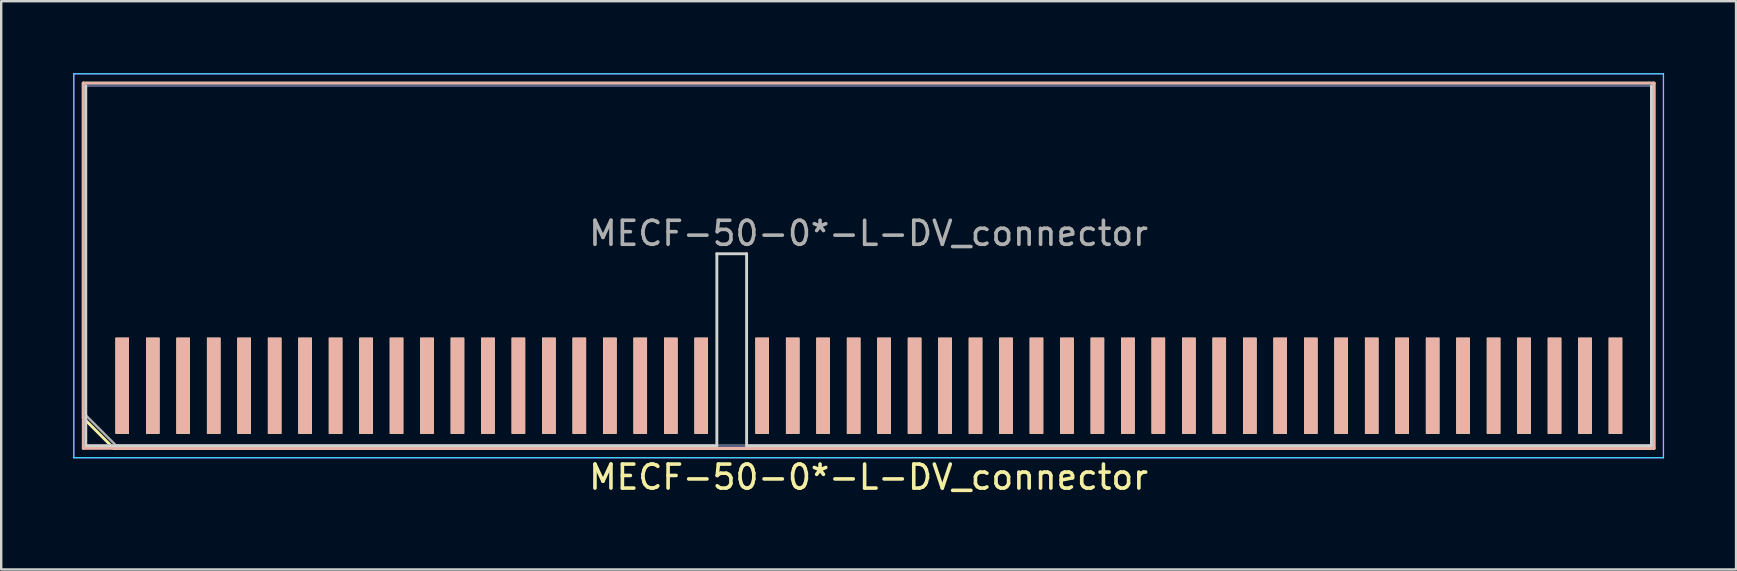
<source format=kicad_pcb>
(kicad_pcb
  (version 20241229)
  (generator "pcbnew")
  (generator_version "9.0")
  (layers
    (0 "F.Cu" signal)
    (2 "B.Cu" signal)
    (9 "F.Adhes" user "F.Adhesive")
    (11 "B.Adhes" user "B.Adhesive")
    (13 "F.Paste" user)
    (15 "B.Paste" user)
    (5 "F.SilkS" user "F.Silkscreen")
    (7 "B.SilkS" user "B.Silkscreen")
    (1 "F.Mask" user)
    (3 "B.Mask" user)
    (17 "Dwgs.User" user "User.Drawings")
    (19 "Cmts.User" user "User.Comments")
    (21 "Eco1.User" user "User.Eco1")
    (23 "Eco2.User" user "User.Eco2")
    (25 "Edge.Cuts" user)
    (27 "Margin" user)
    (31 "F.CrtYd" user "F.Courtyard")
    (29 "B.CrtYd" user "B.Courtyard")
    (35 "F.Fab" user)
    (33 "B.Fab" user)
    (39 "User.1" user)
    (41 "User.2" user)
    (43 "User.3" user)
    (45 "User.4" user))
  (footprint "MECF-50-0*-L-DV_connector"
    (layer "F.Cu")
    (at 33.15 13.025)
    (property "Reference" "MECF-50-0*-L-DV_connector" (at 0 3.81 0) (layer "F.SilkS") (effects (font (size 1 1) (thickness 0.15))))
    (attr smd)
    (fp_line (start -32.73 -12.61) (end 32.73 -12.61) (stroke (width 0.12) (type solid)) (layer "F.SilkS"))
    (fp_line (start -32.73 1.34) (end -32.73 -12.61) (stroke (width 0.12) (type solid)) (layer "F.SilkS"))
    (fp_line (start -31.46 2.61) (end -32.73 1.34) (stroke (width 0.12) (type solid)) (layer "F.SilkS"))
    (fp_line (start -31.46 2.61) (end 32.73 2.61) (stroke (width 0.12) (type solid)) (layer "F.SilkS"))
    (fp_line (start 32.73 2.61) (end 32.73 -12.61) (stroke (width 0.12) (type solid)) (layer "F.SilkS"))
    (fp_line (start -32.73 -12.61) (end 32.73 -12.61) (stroke (width 0.12) (type solid)) (layer "B.SilkS"))
    (fp_line (start -32.73 2.61) (end -32.73 -12.61) (stroke (width 0.12) (type solid)) (layer "B.SilkS"))
    (fp_line (start -32.73 2.61) (end 32.73 2.61) (stroke (width 0.12) (type solid)) (layer "B.SilkS"))
    (fp_line (start 32.73 2.61) (end 32.73 -12.61) (stroke (width 0.12) (type solid)) (layer "B.SilkS"))
    (fp_line (start -32.625 2.5) (end -32.625 -12.5) (stroke (width 0.12) (type solid)) (layer "Edge.Cuts"))
    (fp_line (start -32.625 2.5) (end -6.325 2.5) (stroke (width 0.12) (type solid)) (layer "Edge.Cuts"))
    (fp_line (start -6.325 -5.5) (end -5.085 -5.5) (stroke (width 0.12) (type solid)) (layer "Edge.Cuts"))
    (fp_line (start -6.325 2.5) (end -6.325 -5.5) (stroke (width 0.12) (type solid)) (layer "Edge.Cuts"))
    (fp_line (start -5.085 2.5) (end -5.085 -5.5) (stroke (width 0.12) (type solid)) (layer "Edge.Cuts"))
    (fp_line (start -5.085 2.5) (end 32.625 2.5) (stroke (width 0.12) (type solid)) (layer "Edge.Cuts"))
    (fp_line (start 32.625 2.5) (end 32.625 -12.5) (stroke (width 0.12) (type solid)) (layer "Edge.Cuts"))
    (fp_line (start -33.125 -13) (end -33.125 3) (stroke (width 0.05) (type solid)) (layer "B.CrtYd"))
    (fp_line (start -33.125 3) (end 33.125 3) (stroke (width 0.05) (type solid)) (layer "B.CrtYd"))
    (fp_line (start 33.125 -13) (end -33.125 -13) (stroke (width 0.05) (type solid)) (layer "B.CrtYd"))
    (fp_line (start 33.125 3) (end 33.125 -13) (stroke (width 0.05) (type solid)) (layer "B.CrtYd"))
    (fp_line (start -33.125 -13) (end -33.125 3) (stroke (width 0.05) (type solid)) (layer "F.CrtYd"))
    (fp_line (start -33.125 3) (end 33.125 3) (stroke (width 0.05) (type solid)) (layer "F.CrtYd"))
    (fp_line (start 33.125 -13) (end -33.125 -13) (stroke (width 0.05) (type solid)) (layer "F.CrtYd"))
    (fp_line (start 33.125 3) (end 33.125 -13) (stroke (width 0.05) (type solid)) (layer "F.CrtYd"))
    (fp_line (start -32.625 -12.5) (end 32.625 -12.5) (stroke (width 0.1) (type solid)) (layer "B.Fab"))
    (fp_line (start -32.625 2.5) (end -32.625 -12.5) (stroke (width 0.1) (type solid)) (layer "B.Fab"))
    (fp_line (start -32.625 2.5) (end 32.625 2.5) (stroke (width 0.1) (type solid)) (layer "B.Fab"))
    (fp_line (start 32.625 2.5) (end 32.625 -12.5) (stroke (width 0.1) (type solid)) (layer "B.Fab"))
    (fp_line (start -32.625 -12.5) (end 32.625 -12.5) (stroke (width 0.1) (type solid)) (layer "F.Fab"))
    (fp_line (start -32.625 1.23) (end -32.625 -12.5) (stroke (width 0.1) (type solid)) (layer "F.Fab"))
    (fp_line (start -32.625 1.23) (end -31.355 2.5) (stroke (width 0.1) (type solid)) (layer "F.Fab"))
    (fp_line (start -31.355 2.5) (end 32.625 2.5) (stroke (width 0.1) (type solid)) (layer "F.Fab"))
    (fp_line (start 32.625 2.5) (end 32.625 -12.5) (stroke (width 0.1) (type solid)) (layer "F.Fab"))
    (fp_text user "${REFERENCE}" (at 0 -6.35 0) (layer "F.Fab") (effects (font (size 1 1) (thickness 0.15))))
    (pad "1" smd rect (at -31.105 0) (size 0.56 4) (layers "F.Cu" "F.Mask" "F.SilkS"))
    (pad "2" smd rect (at -31.105 0) (size 0.56 4) (layers "B.Cu" "B.Mask" "B.SilkS"))
    (pad "3" smd rect (at -29.835 0) (size 0.56 4) (layers "F.Cu" "F.Mask" "F.SilkS"))
    (pad "4" smd rect (at -29.835 0) (size 0.56 4) (layers "B.Cu" "B.Mask" "B.SilkS"))
    (pad "5" smd rect (at -28.565 0) (size 0.56 4) (layers "F.Cu" "F.Mask" "F.SilkS"))
    (pad "6" smd rect (at -28.565 0) (size 0.56 4) (layers "B.Cu" "B.Mask" "B.SilkS"))
    (pad "7" smd rect (at -27.295 0) (size 0.56 4) (layers "F.Cu" "F.Mask" "F.SilkS"))
    (pad "8" smd rect (at -27.295 0) (size 0.56 4) (layers "B.Cu" "B.Mask" "B.SilkS"))
    (pad "9" smd rect (at -26.025 0) (size 0.56 4) (layers "F.Cu" "F.Mask" "F.SilkS"))
    (pad "10" smd rect (at -26.025 0) (size 0.56 4) (layers "B.Cu" "B.Mask" "B.SilkS"))
    (pad "11" smd rect (at -24.755 0) (size 0.56 4) (layers "F.Cu" "F.Mask" "F.SilkS"))
    (pad "12" smd rect (at -24.755 0) (size 0.56 4) (layers "B.Cu" "B.Mask" "B.SilkS"))
    (pad "13" smd rect (at -23.485 0) (size 0.56 4) (layers "F.Cu" "F.Mask" "F.SilkS"))
    (pad "14" smd rect (at -23.485 0) (size 0.56 4) (layers "B.Cu" "B.Mask" "B.SilkS"))
    (pad "15" smd rect (at -22.215 0) (size 0.56 4) (layers "F.Cu" "F.Mask" "F.SilkS"))
    (pad "16" smd rect (at -22.215 0) (size 0.56 4) (layers "B.Cu" "B.Mask" "B.SilkS"))
    (pad "17" smd rect (at -20.945 0) (size 0.56 4) (layers "F.Cu" "F.Mask" "F.SilkS"))
    (pad "18" smd rect (at -20.945 0) (size 0.56 4) (layers "B.Cu" "B.Mask" "B.SilkS"))
    (pad "19" smd rect (at -19.675 0) (size 0.56 4) (layers "F.Cu" "F.Mask" "F.SilkS"))
    (pad "20" smd rect (at -19.675 0) (size 0.56 4) (layers "B.Cu" "B.Mask" "B.SilkS"))
    (pad "21" smd rect (at -18.405 0) (size 0.56 4) (layers "F.Cu" "F.Mask" "F.SilkS"))
    (pad "22" smd rect (at -18.405 0) (size 0.56 4) (layers "B.Cu" "B.Mask" "B.SilkS"))
    (pad "23" smd rect (at -17.135 0) (size 0.56 4) (layers "F.Cu" "F.Mask" "F.SilkS"))
    (pad "24" smd rect (at -17.135 0) (size 0.56 4) (layers "B.Cu" "B.Mask" "B.SilkS"))
    (pad "25" smd rect (at -15.865 0) (size 0.56 4) (layers "F.Cu" "F.Mask" "F.SilkS"))
    (pad "26" smd rect (at -15.865 0) (size 0.56 4) (layers "B.Cu" "B.Mask" "B.SilkS"))
    (pad "27" smd rect (at -14.595 0) (size 0.56 4) (layers "F.Cu" "F.Mask" "F.SilkS"))
    (pad "28" smd rect (at -14.595 0) (size 0.56 4) (layers "B.Cu" "B.Mask" "B.SilkS"))
    (pad "29" smd rect (at -13.325 0) (size 0.56 4) (layers "F.Cu" "F.Mask" "F.SilkS"))
    (pad "30" smd rect (at -13.325 0) (size 0.56 4) (layers "B.Cu" "B.Mask" "B.SilkS"))
    (pad "31" smd rect (at -12.055 0) (size 0.56 4) (layers "F.Cu" "F.Mask" "F.SilkS"))
    (pad "32" smd rect (at -12.055 0) (size 0.56 4) (layers "B.Cu" "B.Mask" "B.SilkS"))
    (pad "33" smd rect (at -10.785 0) (size 0.56 4) (layers "F.Cu" "F.Mask" "F.SilkS"))
    (pad "34" smd rect (at -10.785 0) (size 0.56 4) (layers "B.Cu" "B.Mask" "B.SilkS"))
    (pad "35" smd rect (at -9.515 0) (size 0.56 4) (layers "F.Cu" "F.Mask" "F.SilkS"))
    (pad "36" smd rect (at -9.515 0) (size 0.56 4) (layers "B.Cu" "B.Mask" "B.SilkS"))
    (pad "37" smd rect (at -8.245 0) (size 0.56 4) (layers "F.Cu" "F.Mask" "F.SilkS"))
    (pad "38" smd rect (at -8.245 0) (size 0.56 4) (layers "B.Cu" "B.Mask" "B.SilkS"))
    (pad "39" smd rect (at -6.975 0) (size 0.56 4) (layers "F.Cu" "F.Mask" "F.SilkS"))
    (pad "40" smd rect (at -6.975 0) (size 0.56 4) (layers "B.Cu" "B.Mask" "B.SilkS"))
    (pad "43" smd rect (at -4.435 0) (size 0.56 4) (layers "F.Cu" "F.Mask" "F.SilkS"))
    (pad "44" smd rect (at -4.435 0) (size 0.56 4) (layers "B.Cu" "B.Mask" "B.SilkS"))
    (pad "45" smd rect (at -3.165 0) (size 0.56 4) (layers "F.Cu" "F.Mask" "F.SilkS"))
    (pad "46" smd rect (at -3.165 0) (size 0.56 4) (layers "B.Cu" "B.Mask" "B.SilkS"))
    (pad "47" smd rect (at -1.895 0) (size 0.56 4) (layers "F.Cu" "F.Mask" "F.SilkS"))
    (pad "48" smd rect (at -1.895 0) (size 0.56 4) (layers "B.Cu" "B.Mask" "B.SilkS"))
    (pad "49" smd rect (at -0.625 0) (size 0.56 4) (layers "F.Cu" "F.Mask" "F.SilkS"))
    (pad "50" smd rect (at -0.625 0) (size 0.56 4) (layers "B.Cu" "B.Mask" "B.SilkS"))
    (pad "51" smd rect (at 0.645 0) (size 0.56 4) (layers "F.Cu" "F.Mask" "F.SilkS"))
    (pad "52" smd rect (at 0.645 0) (size 0.56 4) (layers "B.Cu" "B.Mask" "B.SilkS"))
    (pad "53" smd rect (at 1.915 0) (size 0.56 4) (layers "F.Cu" "F.Mask" "F.SilkS"))
    (pad "54" smd rect (at 1.915 0) (size 0.56 4) (layers "B.Cu" "B.Mask" "B.SilkS"))
    (pad "55" smd rect (at 3.185 0) (size 0.56 4) (layers "F.Cu" "F.Mask" "F.SilkS"))
    (pad "56" smd rect (at 3.185 0) (size 0.56 4) (layers "B.Cu" "B.Mask" "B.SilkS"))
    (pad "57" smd rect (at 4.455 0) (size 0.56 4) (layers "F.Cu" "F.Mask" "F.SilkS"))
    (pad "58" smd rect (at 4.455 0) (size 0.56 4) (layers "B.Cu" "B.Mask" "B.SilkS"))
    (pad "59" smd rect (at 5.725 0) (size 0.56 4) (layers "F.Cu" "F.Mask" "F.SilkS"))
    (pad "60" smd rect (at 5.725 0) (size 0.56 4) (layers "B.Cu" "B.Mask" "B.SilkS"))
    (pad "61" smd rect (at 6.995 0) (size 0.56 4) (layers "F.Cu" "F.Mask" "F.SilkS"))
    (pad "62" smd rect (at 6.995 0) (size 0.56 4) (layers "B.Cu" "B.Mask" "B.SilkS"))
    (pad "63" smd rect (at 8.265 0) (size 0.56 4) (layers "F.Cu" "F.Mask" "F.SilkS"))
    (pad "64" smd rect (at 8.265 0) (size 0.56 4) (layers "B.Cu" "B.Mask" "B.SilkS"))
    (pad "65" smd rect (at 9.535 0) (size 0.56 4) (layers "F.Cu" "F.Mask" "F.SilkS"))
    (pad "66" smd rect (at 9.535 0) (size 0.56 4) (layers "B.Cu" "B.Mask" "B.SilkS"))
    (pad "67" smd rect (at 10.805 0) (size 0.56 4) (layers "F.Cu" "F.Mask" "F.SilkS"))
    (pad "68" smd rect (at 10.805 0) (size 0.56 4) (layers "B.Cu" "B.Mask" "B.SilkS"))
    (pad "69" smd rect (at 12.075 0) (size 0.56 4) (layers "F.Cu" "F.Mask" "F.SilkS"))
    (pad "70" smd rect (at 12.075 0) (size 0.56 4) (layers "B.Cu" "B.Mask" "B.SilkS"))
    (pad "71" smd rect (at 13.345 0) (size 0.56 4) (layers "F.Cu" "F.Mask" "F.SilkS"))
    (pad "72" smd rect (at 13.345 0) (size 0.56 4) (layers "B.Cu" "B.Mask" "B.SilkS"))
    (pad "73" smd rect (at 14.615 0) (size 0.56 4) (layers "F.Cu" "F.Mask" "F.SilkS"))
    (pad "74" smd rect (at 14.615 0) (size 0.56 4) (layers "B.Cu" "B.Mask" "B.SilkS"))
    (pad "75" smd rect (at 15.885 0) (size 0.56 4) (layers "F.Cu" "F.Mask" "F.SilkS"))
    (pad "76" smd rect (at 15.885 0) (size 0.56 4) (layers "B.Cu" "B.Mask" "B.SilkS"))
    (pad "77" smd rect (at 17.155 0) (size 0.56 4) (layers "F.Cu" "F.Mask" "F.SilkS"))
    (pad "78" smd rect (at 17.155 0) (size 0.56 4) (layers "B.Cu" "B.Mask" "B.SilkS"))
    (pad "79" smd rect (at 18.425 0) (size 0.56 4) (layers "F.Cu" "F.Mask" "F.SilkS"))
    (pad "80" smd rect (at 18.425 0) (size 0.56 4) (layers "B.Cu" "B.Mask" "B.SilkS"))
    (pad "81" smd rect (at 19.695 0) (size 0.56 4) (layers "F.Cu" "F.Mask" "F.SilkS"))
    (pad "82" smd rect (at 19.695 0) (size 0.56 4) (layers "B.Cu" "B.Mask" "B.SilkS"))
    (pad "83" smd rect (at 20.965 0) (size 0.56 4) (layers "F.Cu" "F.Mask" "F.SilkS"))
    (pad "84" smd rect (at 20.965 0) (size 0.56 4) (layers "B.Cu" "B.Mask" "B.SilkS"))
    (pad "85" smd rect (at 22.235 0) (size 0.56 4) (layers "F.Cu" "F.Mask" "F.SilkS"))
    (pad "86" smd rect (at 22.235 0) (size 0.56 4) (layers "B.Cu" "B.Mask" "B.SilkS"))
    (pad "87" smd rect (at 23.505 0) (size 0.56 4) (layers "F.Cu" "F.Mask" "F.SilkS"))
    (pad "88" smd rect (at 23.505 0) (size 0.56 4) (layers "B.Cu" "B.Mask" "B.SilkS"))
    (pad "89" smd rect (at 24.775 0) (size 0.56 4) (layers "F.Cu" "F.Mask" "F.SilkS"))
    (pad "90" smd rect (at 24.775 0) (size 0.56 4) (layers "B.Cu" "B.Mask" "B.SilkS"))
    (pad "91" smd rect (at 26.045 0) (size 0.56 4) (layers "F.Cu" "F.Mask" "F.SilkS"))
    (pad "92" smd rect (at 26.045 0) (size 0.56 4) (layers "B.Cu" "B.Mask" "B.SilkS"))
    (pad "93" smd rect (at 27.315 0) (size 0.56 4) (layers "F.Cu" "F.Mask" "F.SilkS"))
    (pad "94" smd rect (at 27.315 0) (size 0.56 4) (layers "B.Cu" "B.Mask" "B.SilkS"))
    (pad "95" smd rect (at 28.585 0) (size 0.56 4) (layers "F.Cu" "F.Mask" "F.SilkS"))
    (pad "96" smd rect (at 28.585 0) (size 0.56 4) (layers "B.Cu" "B.Mask" "B.SilkS"))
    (pad "97" smd rect (at 29.855 0) (size 0.56 4) (layers "F.Cu" "F.Mask" "F.SilkS"))
    (pad "98" smd rect (at 29.855 0) (size 0.56 4) (layers "B.Cu" "B.Mask" "B.SilkS"))
    (pad "99" smd rect (at 31.125 0) (size 0.56 4) (layers "F.Cu" "F.Mask" "F.SilkS"))
    (pad "100" smd rect (at 31.125 0) (size 0.56 4) (layers "B.Cu" "B.Mask" "B.SilkS")))
  (gr_rect
    (start -3 -3)
    (end 69.3 20.683)
    (stroke (width 0.1) (type default))
    (fill no)
    (layer "Edge.Cuts")))
</source>
